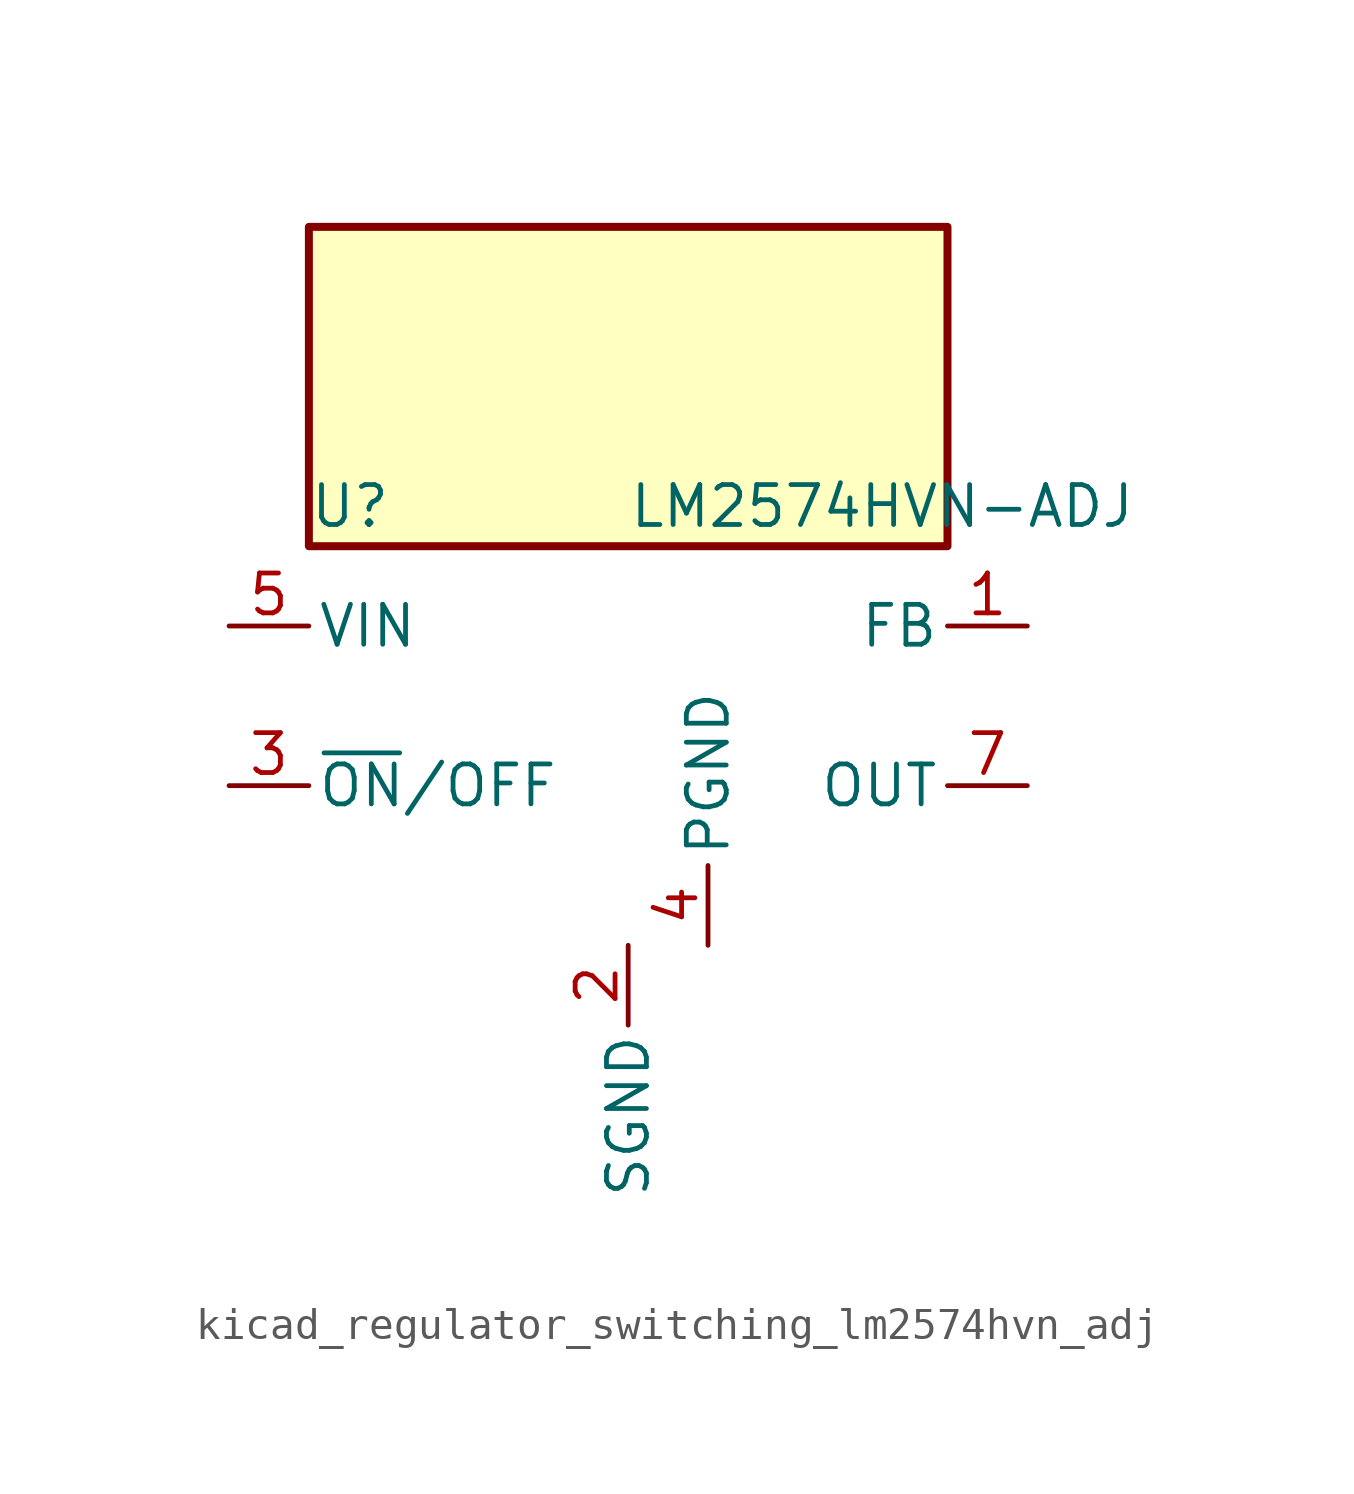
<source format=kicad_sym>
(kicad_symbol_lib
  (version 20220914)
  (generator kicad_symbol_editor)
  (symbol "kicad_regulator_switching_lm2574hvn_adj"
    (pin_names
      (offset 0.254))
    (property "Reference" "U"
      (at -10.16 6.35 0)
      (effects (font (size 1.27 1.27)) (justify left)))
    (property "Value" "LM2574HVN-ADJ"
      (at 0 6.35 0)
      (effects (font (size 1.27 1.27)) (justify left)))
    (symbol "kicad_regulator_switching_lm2574hvn_adj_0_1"
      (rectangle (start 10.16 15.24) (end -10.16 5.08) (stroke (width 0.254) (type default)) (fill (type background))))
    (symbol "kicad_regulator_switching_lm2574hvn_adj_1_1"
      (pin input line (at 12.7 2.54 180) (length 2.54) (name "FB" (effects (font (size 1.27 1.27)))) (number "1" (effects (font (size 1.27 1.27)))))
      (pin power_in line (at 0 -7.62 270) (length 2.54) (name "SGND" (effects (font (size 1.27 1.27)))) (number "2" (effects (font (size 1.27 1.27)))))
      (pin input line (at -12.7 -2.54 0) (length 2.54) (name "~{ON}/OFF" (effects (font (size 1.27 1.27)))) (number "3" (effects (font (size 1.27 1.27)))))
      (pin power_in line (at 2.54 -7.62 90) (length 2.54) (name "PGND" (effects (font (size 1.27 1.27)))) (number "4" (effects (font (size 1.27 1.27)))))
      (pin power_in line (at -12.7 2.54 0) (length 2.54) (name "VIN" (effects (font (size 1.27 1.27)))) (number "5" (effects (font (size 1.27 1.27)))))
      (pin no_connect line (at -10.16 0 0) (length 2.54) hide (name "NC" (effects (font (size 1.27 1.27)))) (number "6" (effects (font (size 1.27 1.27)))))
      (pin output line (at 12.7 -2.54 180) (length 2.54) (name "OUT" (effects (font (size 1.27 1.27)))) (number "7" (effects (font (size 1.27 1.27)))))
      (pin no_connect line (at 10.16 0 180) (length 2.54) hide (name "NC" (effects (font (size 1.27 1.27)))) (number "8" (effects (font (size 1.27 1.27))))))))
</source>
